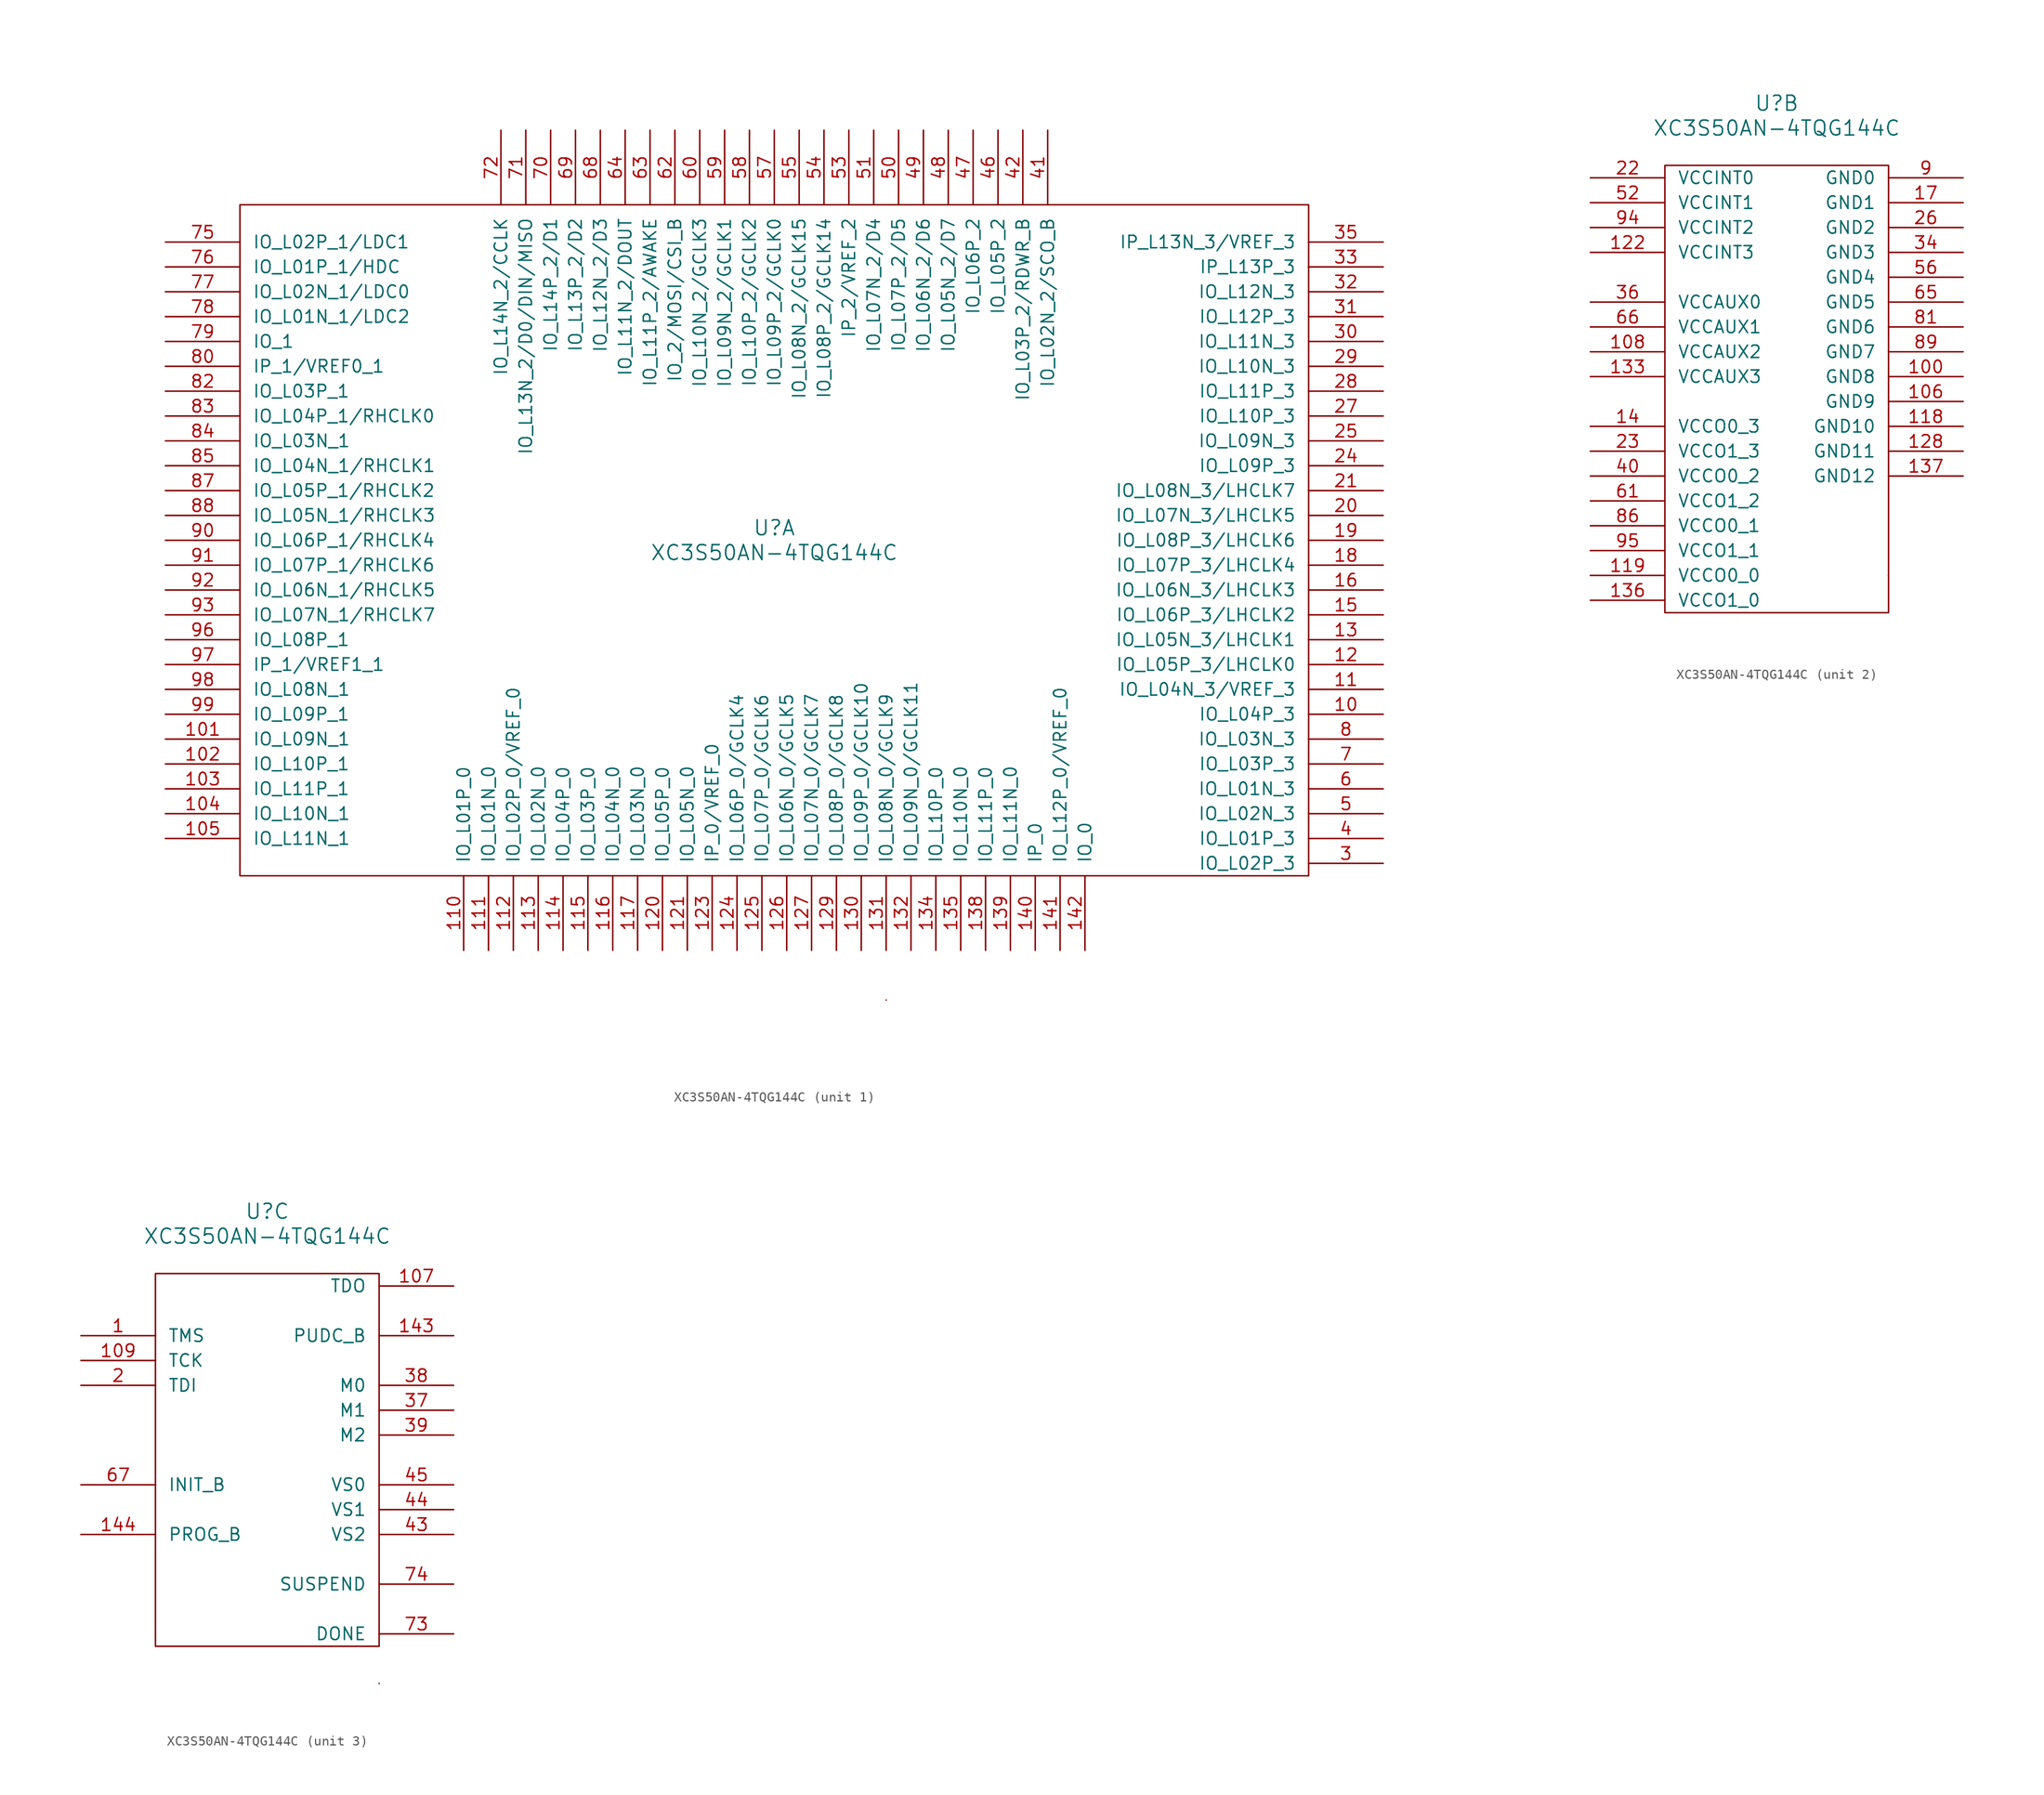
<source format=kicad_sym>
(kicad_symbol_lib
  (version 20211014)
  (generator kicad_symbol_editor)
  (symbol "XC3S50AN-4TQG144C"
    (pin_names
      (offset 1.27))
    (property "Reference" "U"
      (at 0 1.27 0)
      (effects (font (size 1.524 1.524))))
    (property "Value" "XC3S50AN-4TQG144C"
      (at 0 -1.27 0)
      (effects (font (size 1.524 1.524))))
    (property "Datasheet" ""
      (at 0 0 0)
      (effects (font (size 1.524 1.524))))
    (property "ki_locked" ""
      (at 0 0 0)
      (effects (font (size 1.27 1.27))))
    (symbol "XC3S50AN-4TQG144C_0_1"
      (rectangle (start 11.43 -46.99) (end 11.43 -46.99) (stroke (width 0) (type default) (color 0 0 0 0)) (fill (type none))))
    (symbol "XC3S50AN-4TQG144C_1_1"
      (rectangle (start -54.61 34.29) (end 54.61 -34.29) (stroke (width 0) (type default) (color 0 0 0 0)) (fill (type none)))
      (pin bidirectional line (at 62.23 -17.78 180) (length 7.62) (name "IO_L04P_3" (effects (font (size 1.27 1.27)))) (number "10" (effects (font (size 1.27 1.27)))))
      (pin bidirectional line (at -62.23 -20.32 0) (length 7.62) (name "IO_L09N_1" (effects (font (size 1.27 1.27)))) (number "101" (effects (font (size 1.27 1.27)))))
      (pin bidirectional line (at -62.23 -22.86 0) (length 7.62) (name "IO_L10P_1" (effects (font (size 1.27 1.27)))) (number "102" (effects (font (size 1.27 1.27)))))
      (pin bidirectional line (at -62.23 -25.4 0) (length 7.62) (name "IO_L11P_1" (effects (font (size 1.27 1.27)))) (number "103" (effects (font (size 1.27 1.27)))))
      (pin bidirectional line (at -62.23 -27.94 0) (length 7.62) (name "IO_L10N_1" (effects (font (size 1.27 1.27)))) (number "104" (effects (font (size 1.27 1.27)))))
      (pin bidirectional line (at -62.23 -30.48 0) (length 7.62) (name "IO_L11N_1" (effects (font (size 1.27 1.27)))) (number "105" (effects (font (size 1.27 1.27)))))
      (pin bidirectional line (at 62.23 -15.24 180) (length 7.62) (name "IO_L04N_3/VREF_3" (effects (font (size 1.27 1.27)))) (number "11" (effects (font (size 1.27 1.27)))))
      (pin bidirectional line (at -31.75 -41.91 90) (length 7.62) (name "IO_L01P_0" (effects (font (size 1.27 1.27)))) (number "110" (effects (font (size 1.27 1.27)))))
      (pin bidirectional line (at -29.21 -41.91 90) (length 7.62) (name "IO_L01N_0" (effects (font (size 1.27 1.27)))) (number "111" (effects (font (size 1.27 1.27)))))
      (pin bidirectional line (at -26.67 -41.91 90) (length 7.62) (name "IO_L02P_0/VREF_0" (effects (font (size 1.27 1.27)))) (number "112" (effects (font (size 1.27 1.27)))))
      (pin bidirectional line (at -24.13 -41.91 90) (length 7.62) (name "IO_L02N_0" (effects (font (size 1.27 1.27)))) (number "113" (effects (font (size 1.27 1.27)))))
      (pin bidirectional line (at -21.59 -41.91 90) (length 7.62) (name "IO_L04P_0" (effects (font (size 1.27 1.27)))) (number "114" (effects (font (size 1.27 1.27)))))
      (pin bidirectional line (at -19.05 -41.91 90) (length 7.62) (name "IO_L03P_0" (effects (font (size 1.27 1.27)))) (number "115" (effects (font (size 1.27 1.27)))))
      (pin bidirectional line (at -16.51 -41.91 90) (length 7.62) (name "IO_L04N_0" (effects (font (size 1.27 1.27)))) (number "116" (effects (font (size 1.27 1.27)))))
      (pin bidirectional line (at -13.97 -41.91 90) (length 7.62) (name "IO_L03N_0" (effects (font (size 1.27 1.27)))) (number "117" (effects (font (size 1.27 1.27)))))
      (pin bidirectional line (at 62.23 -12.7 180) (length 7.62) (name "IO_L05P_3/LHCLK0" (effects (font (size 1.27 1.27)))) (number "12" (effects (font (size 1.27 1.27)))))
      (pin bidirectional line (at -11.43 -41.91 90) (length 7.62) (name "IO_L05P_0" (effects (font (size 1.27 1.27)))) (number "120" (effects (font (size 1.27 1.27)))))
      (pin bidirectional line (at -8.89 -41.91 90) (length 7.62) (name "IO_L05N_0" (effects (font (size 1.27 1.27)))) (number "121" (effects (font (size 1.27 1.27)))))
      (pin input line (at -6.35 -41.91 90) (length 7.62) (name "IP_0/VREF_0" (effects (font (size 1.27 1.27)))) (number "123" (effects (font (size 1.27 1.27)))))
      (pin bidirectional line (at -3.81 -41.91 90) (length 7.62) (name "IO_L06P_0/GCLK4" (effects (font (size 1.27 1.27)))) (number "124" (effects (font (size 1.27 1.27)))))
      (pin bidirectional line (at -1.27 -41.91 90) (length 7.62) (name "IO_L07P_0/GCLK6" (effects (font (size 1.27 1.27)))) (number "125" (effects (font (size 1.27 1.27)))))
      (pin bidirectional line (at 1.27 -41.91 90) (length 7.62) (name "IO_L06N_0/GCLK5" (effects (font (size 1.27 1.27)))) (number "126" (effects (font (size 1.27 1.27)))))
      (pin bidirectional line (at 3.81 -41.91 90) (length 7.62) (name "IO_L07N_0/GCLK7" (effects (font (size 1.27 1.27)))) (number "127" (effects (font (size 1.27 1.27)))))
      (pin bidirectional line (at 6.35 -41.91 90) (length 7.62) (name "IO_L08P_0/GCLK8" (effects (font (size 1.27 1.27)))) (number "129" (effects (font (size 1.27 1.27)))))
      (pin bidirectional line (at 62.23 -10.16 180) (length 7.62) (name "IO_L05N_3/LHCLK1" (effects (font (size 1.27 1.27)))) (number "13" (effects (font (size 1.27 1.27)))))
      (pin bidirectional line (at 8.89 -41.91 90) (length 7.62) (name "IO_L09P_0/GCLK10" (effects (font (size 1.27 1.27)))) (number "130" (effects (font (size 1.27 1.27)))))
      (pin bidirectional line (at 11.43 -41.91 90) (length 7.62) (name "IO_L08N_0/GCLK9" (effects (font (size 1.27 1.27)))) (number "131" (effects (font (size 1.27 1.27)))))
      (pin bidirectional line (at 13.97 -41.91 90) (length 7.62) (name "IO_L09N_0/GCLK11" (effects (font (size 1.27 1.27)))) (number "132" (effects (font (size 1.27 1.27)))))
      (pin bidirectional line (at 16.51 -41.91 90) (length 7.62) (name "IO_L10P_0" (effects (font (size 1.27 1.27)))) (number "134" (effects (font (size 1.27 1.27)))))
      (pin bidirectional line (at 19.05 -41.91 90) (length 7.62) (name "IO_L10N_0" (effects (font (size 1.27 1.27)))) (number "135" (effects (font (size 1.27 1.27)))))
      (pin bidirectional line (at 21.59 -41.91 90) (length 7.62) (name "IO_L11P_0" (effects (font (size 1.27 1.27)))) (number "138" (effects (font (size 1.27 1.27)))))
      (pin bidirectional line (at 24.13 -41.91 90) (length 7.62) (name "IO_L11N_0" (effects (font (size 1.27 1.27)))) (number "139" (effects (font (size 1.27 1.27)))))
      (pin input line (at 26.67 -41.91 90) (length 7.62) (name "IP_0" (effects (font (size 1.27 1.27)))) (number "140" (effects (font (size 1.27 1.27)))))
      (pin bidirectional line (at 29.21 -41.91 90) (length 7.62) (name "IO_L12P_0/VREF_0" (effects (font (size 1.27 1.27)))) (number "141" (effects (font (size 1.27 1.27)))))
      (pin bidirectional line (at 31.75 -41.91 90) (length 7.62) (name "IO_0" (effects (font (size 1.27 1.27)))) (number "142" (effects (font (size 1.27 1.27)))))
      (pin bidirectional line (at 62.23 -7.62 180) (length 7.62) (name "IO_L06P_3/LHCLK2" (effects (font (size 1.27 1.27)))) (number "15" (effects (font (size 1.27 1.27)))))
      (pin bidirectional line (at 62.23 -5.08 180) (length 7.62) (name "IO_L06N_3/LHCLK3" (effects (font (size 1.27 1.27)))) (number "16" (effects (font (size 1.27 1.27)))))
      (pin bidirectional line (at 62.23 -2.54 180) (length 7.62) (name "IO_L07P_3/LHCLK4" (effects (font (size 1.27 1.27)))) (number "18" (effects (font (size 1.27 1.27)))))
      (pin bidirectional line (at 62.23 0 180) (length 7.62) (name "IO_L08P_3/LHCLK6" (effects (font (size 1.27 1.27)))) (number "19" (effects (font (size 1.27 1.27)))))
      (pin bidirectional line (at 62.23 2.54 180) (length 7.62) (name "IO_L07N_3/LHCLK5" (effects (font (size 1.27 1.27)))) (number "20" (effects (font (size 1.27 1.27)))))
      (pin bidirectional line (at 62.23 5.08 180) (length 7.62) (name "IO_L08N_3/LHCLK7" (effects (font (size 1.27 1.27)))) (number "21" (effects (font (size 1.27 1.27)))))
      (pin bidirectional line (at 62.23 7.62 180) (length 7.62) (name "IO_L09P_3" (effects (font (size 1.27 1.27)))) (number "24" (effects (font (size 1.27 1.27)))))
      (pin bidirectional line (at 62.23 10.16 180) (length 7.62) (name "IO_L09N_3" (effects (font (size 1.27 1.27)))) (number "25" (effects (font (size 1.27 1.27)))))
      (pin bidirectional line (at 62.23 12.7 180) (length 7.62) (name "IO_L10P_3" (effects (font (size 1.27 1.27)))) (number "27" (effects (font (size 1.27 1.27)))))
      (pin bidirectional line (at 62.23 15.24 180) (length 7.62) (name "IO_L11P_3" (effects (font (size 1.27 1.27)))) (number "28" (effects (font (size 1.27 1.27)))))
      (pin bidirectional line (at 62.23 17.78 180) (length 7.62) (name "IO_L10N_3" (effects (font (size 1.27 1.27)))) (number "29" (effects (font (size 1.27 1.27)))))
      (pin bidirectional line (at 62.23 -33.02 180) (length 7.62) (name "IO_L02P_3" (effects (font (size 1.27 1.27)))) (number "3" (effects (font (size 1.27 1.27)))))
      (pin bidirectional line (at 62.23 20.32 180) (length 7.62) (name "IO_L11N_3" (effects (font (size 1.27 1.27)))) (number "30" (effects (font (size 1.27 1.27)))))
      (pin bidirectional line (at 62.23 22.86 180) (length 7.62) (name "IO_L12P_3" (effects (font (size 1.27 1.27)))) (number "31" (effects (font (size 1.27 1.27)))))
      (pin bidirectional line (at 62.23 25.4 180) (length 7.62) (name "IO_L12N_3" (effects (font (size 1.27 1.27)))) (number "32" (effects (font (size 1.27 1.27)))))
      (pin input line (at 62.23 27.94 180) (length 7.62) (name "IP_L13P_3" (effects (font (size 1.27 1.27)))) (number "33" (effects (font (size 1.27 1.27)))))
      (pin input line (at 62.23 30.48 180) (length 7.62) (name "IP_L13N_3/VREF_3" (effects (font (size 1.27 1.27)))) (number "35" (effects (font (size 1.27 1.27)))))
      (pin bidirectional line (at 62.23 -30.48 180) (length 7.62) (name "IO_L01P_3" (effects (font (size 1.27 1.27)))) (number "4" (effects (font (size 1.27 1.27)))))
      (pin bidirectional line (at 27.94 41.91 270) (length 7.62) (name "IO_L02N_2/SCO_B" (effects (font (size 1.27 1.27)))) (number "41" (effects (font (size 1.27 1.27)))))
      (pin bidirectional line (at 25.4 41.91 270) (length 7.62) (name "IO_L03P_2/RDWR_B" (effects (font (size 1.27 1.27)))) (number "42" (effects (font (size 1.27 1.27)))))
      (pin bidirectional line (at 22.86 41.91 270) (length 7.62) (name "IO_L05P_2" (effects (font (size 1.27 1.27)))) (number "46" (effects (font (size 1.27 1.27)))))
      (pin bidirectional line (at 20.32 41.91 270) (length 7.62) (name "IO_L06P_2" (effects (font (size 1.27 1.27)))) (number "47" (effects (font (size 1.27 1.27)))))
      (pin bidirectional line (at 17.78 41.91 270) (length 7.62) (name "IO_L05N_2/D7" (effects (font (size 1.27 1.27)))) (number "48" (effects (font (size 1.27 1.27)))))
      (pin bidirectional line (at 15.24 41.91 270) (length 7.62) (name "IO_L06N_2/D6" (effects (font (size 1.27 1.27)))) (number "49" (effects (font (size 1.27 1.27)))))
      (pin bidirectional line (at 62.23 -27.94 180) (length 7.62) (name "IO_L02N_3" (effects (font (size 1.27 1.27)))) (number "5" (effects (font (size 1.27 1.27)))))
      (pin bidirectional line (at 12.7 41.91 270) (length 7.62) (name "IO_L07P_2/D5" (effects (font (size 1.27 1.27)))) (number "50" (effects (font (size 1.27 1.27)))))
      (pin bidirectional line (at 10.16 41.91 270) (length 7.62) (name "IO_L07N_2/D4" (effects (font (size 1.27 1.27)))) (number "51" (effects (font (size 1.27 1.27)))))
      (pin input line (at 7.62 41.91 270) (length 7.62) (name "IP_2/VREF_2" (effects (font (size 1.27 1.27)))) (number "53" (effects (font (size 1.27 1.27)))))
      (pin bidirectional line (at 5.08 41.91 270) (length 7.62) (name "IO_L08P_2/GCLK14" (effects (font (size 1.27 1.27)))) (number "54" (effects (font (size 1.27 1.27)))))
      (pin bidirectional line (at 2.54 41.91 270) (length 7.62) (name "IO_L08N_2/GCLK15" (effects (font (size 1.27 1.27)))) (number "55" (effects (font (size 1.27 1.27)))))
      (pin bidirectional line (at 0 41.91 270) (length 7.62) (name "IO_L09P_2/GCLK0" (effects (font (size 1.27 1.27)))) (number "57" (effects (font (size 1.27 1.27)))))
      (pin bidirectional line (at -2.54 41.91 270) (length 7.62) (name "IO_L10P_2/GCLK2" (effects (font (size 1.27 1.27)))) (number "58" (effects (font (size 1.27 1.27)))))
      (pin bidirectional line (at -5.08 41.91 270) (length 7.62) (name "IO_L09N_2/GCLK1" (effects (font (size 1.27 1.27)))) (number "59" (effects (font (size 1.27 1.27)))))
      (pin bidirectional line (at 62.23 -25.4 180) (length 7.62) (name "IO_L01N_3" (effects (font (size 1.27 1.27)))) (number "6" (effects (font (size 1.27 1.27)))))
      (pin bidirectional line (at -7.62 41.91 270) (length 7.62) (name "IO_L10N_2/GCLK3" (effects (font (size 1.27 1.27)))) (number "60" (effects (font (size 1.27 1.27)))))
      (pin bidirectional line (at -10.16 41.91 270) (length 7.62) (name "IO_2/MOSI/CSI_B" (effects (font (size 1.27 1.27)))) (number "62" (effects (font (size 1.27 1.27)))))
      (pin bidirectional line (at -12.7 41.91 270) (length 7.62) (name "IO_L11P_2/AWAKE" (effects (font (size 1.27 1.27)))) (number "63" (effects (font (size 1.27 1.27)))))
      (pin bidirectional line (at -15.24 41.91 270) (length 7.62) (name "IO_L11N_2/DOUT" (effects (font (size 1.27 1.27)))) (number "64" (effects (font (size 1.27 1.27)))))
      (pin bidirectional line (at -17.78 41.91 270) (length 7.62) (name "IO_L12N_2/D3" (effects (font (size 1.27 1.27)))) (number "68" (effects (font (size 1.27 1.27)))))
      (pin bidirectional line (at -20.32 41.91 270) (length 7.62) (name "IO_L13P_2/D2" (effects (font (size 1.27 1.27)))) (number "69" (effects (font (size 1.27 1.27)))))
      (pin bidirectional line (at 62.23 -22.86 180) (length 7.62) (name "IO_L03P_3" (effects (font (size 1.27 1.27)))) (number "7" (effects (font (size 1.27 1.27)))))
      (pin bidirectional line (at -22.86 41.91 270) (length 7.62) (name "IO_L14P_2/D1" (effects (font (size 1.27 1.27)))) (number "70" (effects (font (size 1.27 1.27)))))
      (pin bidirectional line (at -25.4 41.91 270) (length 7.62) (name "IO_L13N_2/D0/DIN/MISO" (effects (font (size 1.27 1.27)))) (number "71" (effects (font (size 1.27 1.27)))))
      (pin bidirectional line (at -27.94 41.91 270) (length 7.62) (name "IO_L14N_2/CCLK" (effects (font (size 1.27 1.27)))) (number "72" (effects (font (size 1.27 1.27)))))
      (pin bidirectional line (at -62.23 30.48 0) (length 7.62) (name "IO_L02P_1/LDC1" (effects (font (size 1.27 1.27)))) (number "75" (effects (font (size 1.27 1.27)))))
      (pin bidirectional line (at -62.23 27.94 0) (length 7.62) (name "IO_L01P_1/HDC" (effects (font (size 1.27 1.27)))) (number "76" (effects (font (size 1.27 1.27)))))
      (pin bidirectional line (at -62.23 25.4 0) (length 7.62) (name "IO_L02N_1/LDC0" (effects (font (size 1.27 1.27)))) (number "77" (effects (font (size 1.27 1.27)))))
      (pin bidirectional line (at -62.23 22.86 0) (length 7.62) (name "IO_L01N_1/LDC2" (effects (font (size 1.27 1.27)))) (number "78" (effects (font (size 1.27 1.27)))))
      (pin bidirectional line (at -62.23 20.32 0) (length 7.62) (name "IO_1" (effects (font (size 1.27 1.27)))) (number "79" (effects (font (size 1.27 1.27)))))
      (pin bidirectional line (at 62.23 -20.32 180) (length 7.62) (name "IO_L03N_3" (effects (font (size 1.27 1.27)))) (number "8" (effects (font (size 1.27 1.27)))))
      (pin input line (at -62.23 17.78 0) (length 7.62) (name "IP_1/VREF0_1" (effects (font (size 1.27 1.27)))) (number "80" (effects (font (size 1.27 1.27)))))
      (pin bidirectional line (at -62.23 15.24 0) (length 7.62) (name "IO_L03P_1" (effects (font (size 1.27 1.27)))) (number "82" (effects (font (size 1.27 1.27)))))
      (pin bidirectional line (at -62.23 12.7 0) (length 7.62) (name "IO_L04P_1/RHCLK0" (effects (font (size 1.27 1.27)))) (number "83" (effects (font (size 1.27 1.27)))))
      (pin bidirectional line (at -62.23 10.16 0) (length 7.62) (name "IO_L03N_1" (effects (font (size 1.27 1.27)))) (number "84" (effects (font (size 1.27 1.27)))))
      (pin bidirectional line (at -62.23 7.62 0) (length 7.62) (name "IO_L04N_1/RHCLK1" (effects (font (size 1.27 1.27)))) (number "85" (effects (font (size 1.27 1.27)))))
      (pin bidirectional line (at -62.23 5.08 0) (length 7.62) (name "IO_L05P_1/RHCLK2" (effects (font (size 1.27 1.27)))) (number "87" (effects (font (size 1.27 1.27)))))
      (pin bidirectional line (at -62.23 2.54 0) (length 7.62) (name "IO_L05N_1/RHCLK3" (effects (font (size 1.27 1.27)))) (number "88" (effects (font (size 1.27 1.27)))))
      (pin bidirectional line (at -62.23 0 0) (length 7.62) (name "IO_L06P_1/RHCLK4" (effects (font (size 1.27 1.27)))) (number "90" (effects (font (size 1.27 1.27)))))
      (pin bidirectional line (at -62.23 -2.54 0) (length 7.62) (name "IO_L07P_1/RHCLK6" (effects (font (size 1.27 1.27)))) (number "91" (effects (font (size 1.27 1.27)))))
      (pin bidirectional line (at -62.23 -5.08 0) (length 7.62) (name "IO_L06N_1/RHCLK5" (effects (font (size 1.27 1.27)))) (number "92" (effects (font (size 1.27 1.27)))))
      (pin bidirectional line (at -62.23 -7.62 0) (length 7.62) (name "IO_L07N_1/RHCLK7" (effects (font (size 1.27 1.27)))) (number "93" (effects (font (size 1.27 1.27)))))
      (pin bidirectional line (at -62.23 -10.16 0) (length 7.62) (name "IO_L08P_1" (effects (font (size 1.27 1.27)))) (number "96" (effects (font (size 1.27 1.27)))))
      (pin input line (at -62.23 -12.7 0) (length 7.62) (name "IP_1/VREF1_1" (effects (font (size 1.27 1.27)))) (number "97" (effects (font (size 1.27 1.27)))))
      (pin bidirectional line (at -62.23 -15.24 0) (length 7.62) (name "IO_L08N_1" (effects (font (size 1.27 1.27)))) (number "98" (effects (font (size 1.27 1.27)))))
      (pin bidirectional line (at -62.23 -17.78 0) (length 7.62) (name "IO_L09P_1" (effects (font (size 1.27 1.27)))) (number "99" (effects (font (size 1.27 1.27))))))
    (symbol "XC3S50AN-4TQG144C_2_1"
      (rectangle (start -11.43 -5.08) (end 11.43 -50.8) (stroke (width 0) (type default) (color 0 0 0 0)) (fill (type none)))
      (pin power_in line (at 19.05 -26.67 180) (length 7.62) (name "GND8" (effects (font (size 1.27 1.27)))) (number "100" (effects (font (size 1.27 1.27)))))
      (pin power_in line (at 19.05 -29.21 180) (length 7.62) (name "GND9" (effects (font (size 1.27 1.27)))) (number "106" (effects (font (size 1.27 1.27)))))
      (pin power_in line (at -19.05 -24.13 0) (length 7.62) (name "VCCAUX2" (effects (font (size 1.27 1.27)))) (number "108" (effects (font (size 1.27 1.27)))))
      (pin power_in line (at 19.05 -31.75 180) (length 7.62) (name "GND10" (effects (font (size 1.27 1.27)))) (number "118" (effects (font (size 1.27 1.27)))))
      (pin power_in line (at -19.05 -46.99 0) (length 7.62) (name "VCCO0_0" (effects (font (size 1.27 1.27)))) (number "119" (effects (font (size 1.27 1.27)))))
      (pin power_in line (at -19.05 -13.97 0) (length 7.62) (name "VCCINT3" (effects (font (size 1.27 1.27)))) (number "122" (effects (font (size 1.27 1.27)))))
      (pin power_in line (at 19.05 -34.29 180) (length 7.62) (name "GND11" (effects (font (size 1.27 1.27)))) (number "128" (effects (font (size 1.27 1.27)))))
      (pin power_in line (at -19.05 -26.67 0) (length 7.62) (name "VCCAUX3" (effects (font (size 1.27 1.27)))) (number "133" (effects (font (size 1.27 1.27)))))
      (pin power_in line (at -19.05 -49.53 0) (length 7.62) (name "VCCO1_0" (effects (font (size 1.27 1.27)))) (number "136" (effects (font (size 1.27 1.27)))))
      (pin power_in line (at 19.05 -36.83 180) (length 7.62) (name "GND12" (effects (font (size 1.27 1.27)))) (number "137" (effects (font (size 1.27 1.27)))))
      (pin power_in line (at -19.05 -31.75 0) (length 7.62) (name "VCCO0_3" (effects (font (size 1.27 1.27)))) (number "14" (effects (font (size 1.27 1.27)))))
      (pin power_in line (at 19.05 -8.89 180) (length 7.62) (name "GND1" (effects (font (size 1.27 1.27)))) (number "17" (effects (font (size 1.27 1.27)))))
      (pin power_in line (at -19.05 -6.35 0) (length 7.62) (name "VCCINT0" (effects (font (size 1.27 1.27)))) (number "22" (effects (font (size 1.27 1.27)))))
      (pin power_in line (at -19.05 -34.29 0) (length 7.62) (name "VCCO1_3" (effects (font (size 1.27 1.27)))) (number "23" (effects (font (size 1.27 1.27)))))
      (pin power_in line (at 19.05 -11.43 180) (length 7.62) (name "GND2" (effects (font (size 1.27 1.27)))) (number "26" (effects (font (size 1.27 1.27)))))
      (pin power_in line (at 19.05 -13.97 180) (length 7.62) (name "GND3" (effects (font (size 1.27 1.27)))) (number "34" (effects (font (size 1.27 1.27)))))
      (pin power_in line (at -19.05 -19.05 0) (length 7.62) (name "VCCAUX0" (effects (font (size 1.27 1.27)))) (number "36" (effects (font (size 1.27 1.27)))))
      (pin power_in line (at -19.05 -36.83 0) (length 7.62) (name "VCCO0_2" (effects (font (size 1.27 1.27)))) (number "40" (effects (font (size 1.27 1.27)))))
      (pin power_in line (at -19.05 -8.89 0) (length 7.62) (name "VCCINT1" (effects (font (size 1.27 1.27)))) (number "52" (effects (font (size 1.27 1.27)))))
      (pin power_in line (at 19.05 -16.51 180) (length 7.62) (name "GND4" (effects (font (size 1.27 1.27)))) (number "56" (effects (font (size 1.27 1.27)))))
      (pin power_in line (at -19.05 -39.37 0) (length 7.62) (name "VCCO1_2" (effects (font (size 1.27 1.27)))) (number "61" (effects (font (size 1.27 1.27)))))
      (pin power_in line (at 19.05 -19.05 180) (length 7.62) (name "GND5" (effects (font (size 1.27 1.27)))) (number "65" (effects (font (size 1.27 1.27)))))
      (pin power_in line (at -19.05 -21.59 0) (length 7.62) (name "VCCAUX1" (effects (font (size 1.27 1.27)))) (number "66" (effects (font (size 1.27 1.27)))))
      (pin power_in line (at 19.05 -21.59 180) (length 7.62) (name "GND6" (effects (font (size 1.27 1.27)))) (number "81" (effects (font (size 1.27 1.27)))))
      (pin power_in line (at -19.05 -41.91 0) (length 7.62) (name "VCCO0_1" (effects (font (size 1.27 1.27)))) (number "86" (effects (font (size 1.27 1.27)))))
      (pin power_in line (at 19.05 -24.13 180) (length 7.62) (name "GND7" (effects (font (size 1.27 1.27)))) (number "89" (effects (font (size 1.27 1.27)))))
      (pin power_in line (at 19.05 -6.35 180) (length 7.62) (name "GND0" (effects (font (size 1.27 1.27)))) (number "9" (effects (font (size 1.27 1.27)))))
      (pin power_in line (at -19.05 -11.43 0) (length 7.62) (name "VCCINT2" (effects (font (size 1.27 1.27)))) (number "94" (effects (font (size 1.27 1.27)))))
      (pin power_in line (at -19.05 -44.45 0) (length 7.62) (name "VCCO1_1" (effects (font (size 1.27 1.27)))) (number "95" (effects (font (size 1.27 1.27))))))
    (symbol "XC3S50AN-4TQG144C_3_1"
      (rectangle (start 11.43 -5.08) (end -11.43 -43.18) (stroke (width 0) (type default) (color 0 0 0 0)) (fill (type none)))
      (pin input line (at -19.05 -11.43 0) (length 7.62) (name "TMS" (effects (font (size 1.27 1.27)))) (number "1" (effects (font (size 1.27 1.27)))))
      (pin output line (at 19.05 -6.35 180) (length 7.62) (name "TDO" (effects (font (size 1.27 1.27)))) (number "107" (effects (font (size 1.27 1.27)))))
      (pin input line (at -19.05 -13.97 0) (length 7.62) (name "TCK" (effects (font (size 1.27 1.27)))) (number "109" (effects (font (size 1.27 1.27)))))
      (pin input line (at 19.05 -11.43 180) (length 7.62) (name "PUDC_B" (effects (font (size 1.27 1.27)))) (number "143" (effects (font (size 1.27 1.27)))))
      (pin input line (at -19.05 -31.75 0) (length 7.62) (name "PROG_B" (effects (font (size 1.27 1.27)))) (number "144" (effects (font (size 1.27 1.27)))))
      (pin input line (at -19.05 -16.51 0) (length 7.62) (name "TDI" (effects (font (size 1.27 1.27)))) (number "2" (effects (font (size 1.27 1.27)))))
      (pin input line (at 19.05 -19.05 180) (length 7.62) (name "M1" (effects (font (size 1.27 1.27)))) (number "37" (effects (font (size 1.27 1.27)))))
      (pin input line (at 19.05 -16.51 180) (length 7.62) (name "M0" (effects (font (size 1.27 1.27)))) (number "38" (effects (font (size 1.27 1.27)))))
      (pin input line (at 19.05 -21.59 180) (length 7.62) (name "M2" (effects (font (size 1.27 1.27)))) (number "39" (effects (font (size 1.27 1.27)))))
      (pin input line (at 19.05 -31.75 180) (length 7.62) (name "VS2" (effects (font (size 1.27 1.27)))) (number "43" (effects (font (size 1.27 1.27)))))
      (pin input line (at 19.05 -29.21 180) (length 7.62) (name "VS1" (effects (font (size 1.27 1.27)))) (number "44" (effects (font (size 1.27 1.27)))))
      (pin input line (at 19.05 -26.67 180) (length 7.62) (name "VS0" (effects (font (size 1.27 1.27)))) (number "45" (effects (font (size 1.27 1.27)))))
      (pin input line (at -19.05 -26.67 0) (length 7.62) (name "INIT_B" (effects (font (size 1.27 1.27)))) (number "67" (effects (font (size 1.27 1.27)))))
      (pin output line (at 19.05 -41.91 180) (length 7.62) (name "DONE" (effects (font (size 1.27 1.27)))) (number "73" (effects (font (size 1.27 1.27)))))
      (pin input line (at 19.05 -36.83 180) (length 7.62) (name "SUSPEND" (effects (font (size 1.27 1.27)))) (number "74" (effects (font (size 1.27 1.27))))))))
</source>
